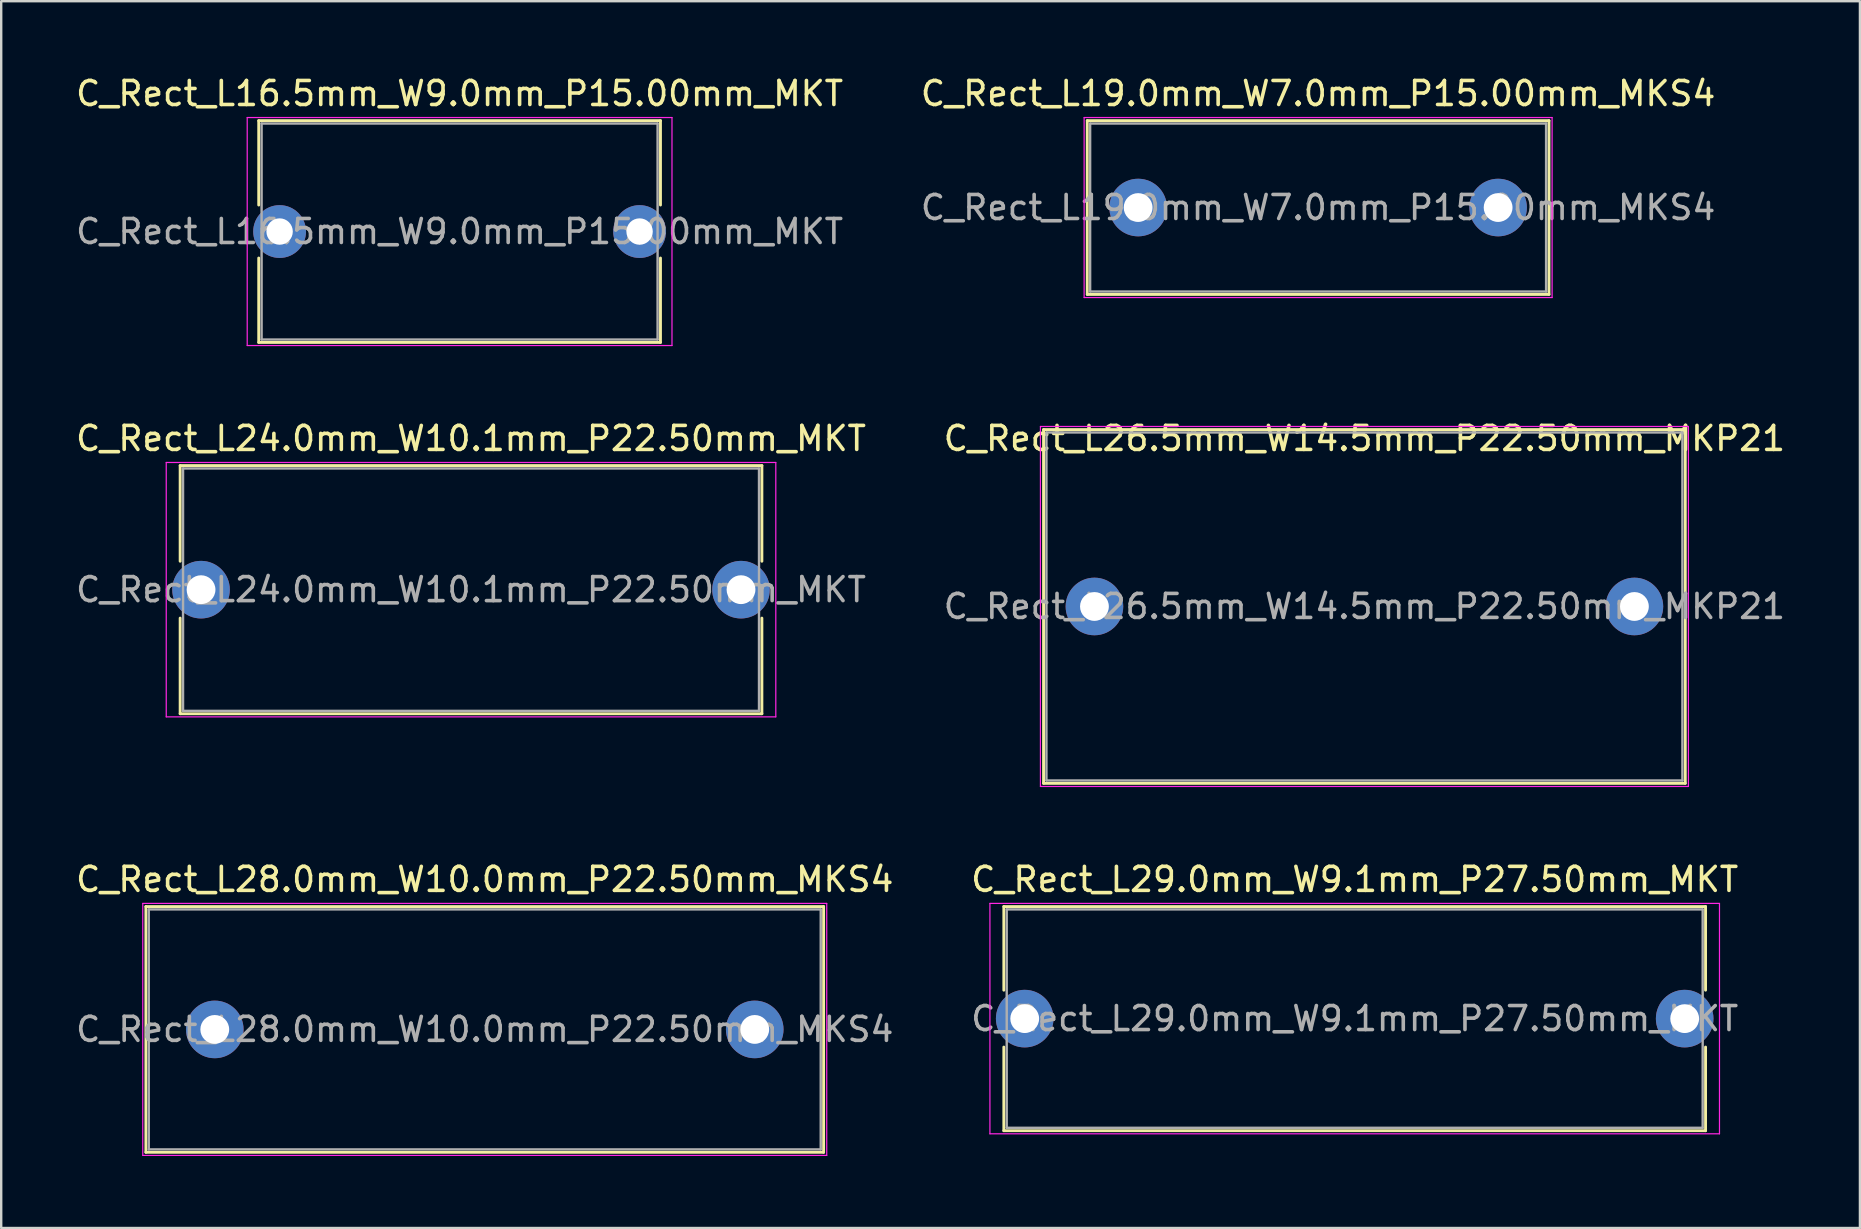
<source format=kicad_pcb>
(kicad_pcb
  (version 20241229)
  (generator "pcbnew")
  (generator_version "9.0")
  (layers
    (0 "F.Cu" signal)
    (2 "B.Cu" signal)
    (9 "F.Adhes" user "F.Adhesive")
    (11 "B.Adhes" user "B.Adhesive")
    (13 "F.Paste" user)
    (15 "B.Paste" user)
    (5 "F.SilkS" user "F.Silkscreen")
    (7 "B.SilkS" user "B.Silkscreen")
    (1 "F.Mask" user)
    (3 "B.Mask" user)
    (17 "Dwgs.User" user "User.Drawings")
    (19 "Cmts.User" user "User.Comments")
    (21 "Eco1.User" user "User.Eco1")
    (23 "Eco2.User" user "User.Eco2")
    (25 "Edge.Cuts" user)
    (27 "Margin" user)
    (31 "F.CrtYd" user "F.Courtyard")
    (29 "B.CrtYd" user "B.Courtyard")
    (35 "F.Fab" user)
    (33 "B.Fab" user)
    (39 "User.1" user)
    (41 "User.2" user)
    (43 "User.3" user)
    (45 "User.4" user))
  (footprint "C_Rect_L24.0mm_W10.1mm_P22.50mm_MKT"
    (layer "F.Cu")
    (at 5.327 21.521)
    (property "Reference" "C_Rect_L24.0mm_W10.1mm_P22.50mm_MKT" (at 11.25 -6.3 0) (layer "F.SilkS") (effects (font (size 1 1) (thickness 0.15))))
    (attr through_hole)
    (fp_line (start -0.87 -5.17) (end -0.87 -1.185) (stroke (width 0.12) (type solid)) (layer "F.SilkS"))
    (fp_line (start -0.87 -5.17) (end 23.37 -5.17) (stroke (width 0.12) (type solid)) (layer "F.SilkS"))
    (fp_line (start -0.87 1.185) (end -0.87 5.17) (stroke (width 0.12) (type solid)) (layer "F.SilkS"))
    (fp_line (start -0.87 5.17) (end 23.37 5.17) (stroke (width 0.12) (type solid)) (layer "F.SilkS"))
    (fp_line (start 23.37 -5.17) (end 23.37 -1.185) (stroke (width 0.12) (type solid)) (layer "F.SilkS"))
    (fp_line (start 23.37 1.185) (end 23.37 5.17) (stroke (width 0.12) (type solid)) (layer "F.SilkS"))
    (fp_line (start -1.45 -5.3) (end -1.45 5.3) (stroke (width 0.05) (type solid)) (layer "F.CrtYd"))
    (fp_line (start -1.45 5.3) (end 23.95 5.3) (stroke (width 0.05) (type solid)) (layer "F.CrtYd"))
    (fp_line (start 23.95 -5.3) (end -1.45 -5.3) (stroke (width 0.05) (type solid)) (layer "F.CrtYd"))
    (fp_line (start 23.95 5.3) (end 23.95 -5.3) (stroke (width 0.05) (type solid)) (layer "F.CrtYd"))
    (fp_line (start -0.75 -5.05) (end -0.75 5.05) (stroke (width 0.1) (type solid)) (layer "F.Fab"))
    (fp_line (start -0.75 5.05) (end 23.25 5.05) (stroke (width 0.1) (type solid)) (layer "F.Fab"))
    (fp_line (start 23.25 -5.05) (end -0.75 -5.05) (stroke (width 0.1) (type solid)) (layer "F.Fab"))
    (fp_line (start 23.25 5.05) (end 23.25 -5.05) (stroke (width 0.1) (type solid)) (layer "F.Fab"))
    (fp_text user "${REFERENCE}" (at 11.25 0 0) (layer "F.Fab") (effects (font (size 1 1) (thickness 0.15))))
    (pad "1" thru_hole circle (at 0 0) (size 2.4 2.4) (drill 1.2) (layers "*.Cu" "*.Mask"))
    (pad "2" thru_hole circle (at 22.5 0) (size 2.4 2.4) (drill 1.2) (layers "*.Cu" "*.Mask")))
  (footprint "C_Rect_L26.5mm_W14.5mm_P22.50mm_MKP21"
    (layer "F.Cu")
    (at 42.554 22.221)
    (property "Reference" "C_Rect_L26.5mm_W14.5mm_P22.50mm_MKP21" (at 11.25 -7 0) (layer "F.SilkS") (effects (font (size 1 1) (thickness 0.15))))
    (attr through_hole)
    (fp_line (start -2.12 -7.37) (end -2.12 7.37) (stroke (width 0.12) (type solid)) (layer "F.SilkS"))
    (fp_line (start -2.12 -7.37) (end 24.62 -7.37) (stroke (width 0.12) (type solid)) (layer "F.SilkS"))
    (fp_line (start -2.12 7.37) (end 24.62 7.37) (stroke (width 0.12) (type solid)) (layer "F.SilkS"))
    (fp_line (start 24.62 -7.37) (end 24.62 7.37) (stroke (width 0.12) (type solid)) (layer "F.SilkS"))
    (fp_line (start -2.25 -7.5) (end -2.25 7.5) (stroke (width 0.05) (type solid)) (layer "F.CrtYd"))
    (fp_line (start -2.25 7.5) (end 24.75 7.5) (stroke (width 0.05) (type solid)) (layer "F.CrtYd"))
    (fp_line (start 24.75 -7.5) (end -2.25 -7.5) (stroke (width 0.05) (type solid)) (layer "F.CrtYd"))
    (fp_line (start 24.75 7.5) (end 24.75 -7.5) (stroke (width 0.05) (type solid)) (layer "F.CrtYd"))
    (fp_line (start -2 -7.25) (end -2 7.25) (stroke (width 0.1) (type solid)) (layer "F.Fab"))
    (fp_line (start -2 7.25) (end 24.5 7.25) (stroke (width 0.1) (type solid)) (layer "F.Fab"))
    (fp_line (start 24.5 -7.25) (end -2 -7.25) (stroke (width 0.1) (type solid)) (layer "F.Fab"))
    (fp_line (start 24.5 7.25) (end 24.5 -7.25) (stroke (width 0.1) (type solid)) (layer "F.Fab"))
    (fp_text user "${REFERENCE}" (at 11.25 0 0) (layer "F.Fab") (effects (font (size 1 1) (thickness 0.15))))
    (pad "1" thru_hole circle (at 0 0) (size 2.4 2.4) (drill 1.2) (layers "*.Cu" "*.Mask"))
    (pad "2" thru_hole circle (at 22.5 0) (size 2.4 2.4) (drill 1.2) (layers "*.Cu" "*.Mask")))
  (footprint "C_Rect_L19.0mm_W7.0mm_P15.00mm_MKS4"
    (layer "F.Cu")
    (at 44.375 5.598)
    (property "Reference" "C_Rect_L19.0mm_W7.0mm_P15.00mm_MKS4" (at 7.5 -4.75 0) (layer "F.SilkS") (effects (font (size 1 1) (thickness 0.15))))
    (attr through_hole)
    (fp_line (start -2.12 -3.62) (end -2.12 3.62) (stroke (width 0.12) (type solid)) (layer "F.SilkS"))
    (fp_line (start -2.12 -3.62) (end 17.12 -3.62) (stroke (width 0.12) (type solid)) (layer "F.SilkS"))
    (fp_line (start -2.12 3.62) (end 17.12 3.62) (stroke (width 0.12) (type solid)) (layer "F.SilkS"))
    (fp_line (start 17.12 -3.62) (end 17.12 3.62) (stroke (width 0.12) (type solid)) (layer "F.SilkS"))
    (fp_line (start -2.25 -3.75) (end -2.25 3.75) (stroke (width 0.05) (type solid)) (layer "F.CrtYd"))
    (fp_line (start -2.25 3.75) (end 17.25 3.75) (stroke (width 0.05) (type solid)) (layer "F.CrtYd"))
    (fp_line (start 17.25 -3.75) (end -2.25 -3.75) (stroke (width 0.05) (type solid)) (layer "F.CrtYd"))
    (fp_line (start 17.25 3.75) (end 17.25 -3.75) (stroke (width 0.05) (type solid)) (layer "F.CrtYd"))
    (fp_line (start -2 -3.5) (end -2 3.5) (stroke (width 0.1) (type solid)) (layer "F.Fab"))
    (fp_line (start -2 3.5) (end 17 3.5) (stroke (width 0.1) (type solid)) (layer "F.Fab"))
    (fp_line (start 17 -3.5) (end -2 -3.5) (stroke (width 0.1) (type solid)) (layer "F.Fab"))
    (fp_line (start 17 3.5) (end 17 -3.5) (stroke (width 0.1) (type solid)) (layer "F.Fab"))
    (fp_text user "${REFERENCE}" (at 7.5 0 0) (layer "F.Fab") (effects (font (size 1 1) (thickness 0.15))))
    (pad "1" thru_hole circle (at 0 0) (size 2.4 2.4) (drill 1.2) (layers "*.Cu" "*.Mask"))
    (pad "2" thru_hole circle (at 15 0) (size 2.4 2.4) (drill 1.2) (layers "*.Cu" "*.Mask")))
  (footprint "C_Rect_L16.5mm_W9.0mm_P15.00mm_MKT"
    (layer "F.Cu")
    (at 8.601 6.598)
    (property "Reference" "C_Rect_L16.5mm_W9.0mm_P15.00mm_MKT" (at 7.5 -5.75 0) (layer "F.SilkS") (effects (font (size 1 1) (thickness 0.15))))
    (attr through_hole)
    (fp_line (start -0.87 -4.62) (end -0.87 -1.104) (stroke (width 0.12) (type solid)) (layer "F.SilkS"))
    (fp_line (start -0.87 -4.62) (end 15.87 -4.62) (stroke (width 0.12) (type solid)) (layer "F.SilkS"))
    (fp_line (start -0.87 1.104) (end -0.87 4.62) (stroke (width 0.12) (type solid)) (layer "F.SilkS"))
    (fp_line (start -0.87 4.62) (end 15.87 4.62) (stroke (width 0.12) (type solid)) (layer "F.SilkS"))
    (fp_line (start 15.87 -4.62) (end 15.87 -1.104) (stroke (width 0.12) (type solid)) (layer "F.SilkS"))
    (fp_line (start 15.87 1.104) (end 15.87 4.62) (stroke (width 0.12) (type solid)) (layer "F.SilkS"))
    (fp_line (start -1.35 -4.75) (end -1.35 4.75) (stroke (width 0.05) (type solid)) (layer "F.CrtYd"))
    (fp_line (start -1.35 4.75) (end 16.35 4.75) (stroke (width 0.05) (type solid)) (layer "F.CrtYd"))
    (fp_line (start 16.35 -4.75) (end -1.35 -4.75) (stroke (width 0.05) (type solid)) (layer "F.CrtYd"))
    (fp_line (start 16.35 4.75) (end 16.35 -4.75) (stroke (width 0.05) (type solid)) (layer "F.CrtYd"))
    (fp_line (start -0.75 -4.5) (end -0.75 4.5) (stroke (width 0.1) (type solid)) (layer "F.Fab"))
    (fp_line (start -0.75 4.5) (end 15.75 4.5) (stroke (width 0.1) (type solid)) (layer "F.Fab"))
    (fp_line (start 15.75 -4.5) (end -0.75 -4.5) (stroke (width 0.1) (type solid)) (layer "F.Fab"))
    (fp_line (start 15.75 4.5) (end 15.75 -4.5) (stroke (width 0.1) (type solid)) (layer "F.Fab"))
    (fp_text user "${REFERENCE}" (at 7.5 0 0) (layer "F.Fab") (effects (font (size 1 1) (thickness 0.15))))
    (pad "1" thru_hole circle (at 0 0) (size 2.2 2.2) (drill 1.1) (layers "*.Cu" "*.Mask"))
    (pad "2" thru_hole circle (at 15 0) (size 2.2 2.2) (drill 1.1) (layers "*.Cu" "*.Mask")))
  (footprint "C_Rect_L29.0mm_W9.1mm_P27.50mm_MKT"
    (layer "F.Cu")
    (at 39.649 39.395)
    (property "Reference" "C_Rect_L29.0mm_W9.1mm_P27.50mm_MKT" (at 13.75 -5.8 0) (layer "F.SilkS") (effects (font (size 1 1) (thickness 0.15))))
    (attr through_hole)
    (fp_line (start -0.87 -4.67) (end -0.87 -1.185) (stroke (width 0.12) (type solid)) (layer "F.SilkS"))
    (fp_line (start -0.87 -4.67) (end 28.37 -4.67) (stroke (width 0.12) (type solid)) (layer "F.SilkS"))
    (fp_line (start -0.87 1.185) (end -0.87 4.67) (stroke (width 0.12) (type solid)) (layer "F.SilkS"))
    (fp_line (start -0.87 4.67) (end 28.37 4.67) (stroke (width 0.12) (type solid)) (layer "F.SilkS"))
    (fp_line (start 28.37 -4.67) (end 28.37 -1.185) (stroke (width 0.12) (type solid)) (layer "F.SilkS"))
    (fp_line (start 28.37 1.185) (end 28.37 4.67) (stroke (width 0.12) (type solid)) (layer "F.SilkS"))
    (fp_line (start -1.45 -4.8) (end -1.45 4.8) (stroke (width 0.05) (type solid)) (layer "F.CrtYd"))
    (fp_line (start -1.45 4.8) (end 28.95 4.8) (stroke (width 0.05) (type solid)) (layer "F.CrtYd"))
    (fp_line (start 28.95 -4.8) (end -1.45 -4.8) (stroke (width 0.05) (type solid)) (layer "F.CrtYd"))
    (fp_line (start 28.95 4.8) (end 28.95 -4.8) (stroke (width 0.05) (type solid)) (layer "F.CrtYd"))
    (fp_line (start -0.75 -4.55) (end -0.75 4.55) (stroke (width 0.1) (type solid)) (layer "F.Fab"))
    (fp_line (start -0.75 4.55) (end 28.25 4.55) (stroke (width 0.1) (type solid)) (layer "F.Fab"))
    (fp_line (start 28.25 -4.55) (end -0.75 -4.55) (stroke (width 0.1) (type solid)) (layer "F.Fab"))
    (fp_line (start 28.25 4.55) (end 28.25 -4.55) (stroke (width 0.1) (type solid)) (layer "F.Fab"))
    (fp_text user "${REFERENCE}" (at 13.75 0 0) (layer "F.Fab") (effects (font (size 1 1) (thickness 0.15))))
    (pad "1" thru_hole circle (at 0 0) (size 2.4 2.4) (drill 1.2) (layers "*.Cu" "*.Mask"))
    (pad "2" thru_hole circle (at 27.5 0) (size 2.4 2.4) (drill 1.2) (layers "*.Cu" "*.Mask")))
  (footprint "C_Rect_L28.0mm_W10.0mm_P22.50mm_MKS4"
    (layer "F.Cu")
    (at 5.899 39.845)
    (property "Reference" "C_Rect_L28.0mm_W10.0mm_P22.50mm_MKS4" (at 11.25 -6.25 0) (layer "F.SilkS") (effects (font (size 1 1) (thickness 0.15))))
    (attr through_hole)
    (fp_line (start -2.87 -5.12) (end -2.87 5.12) (stroke (width 0.12) (type solid)) (layer "F.SilkS"))
    (fp_line (start -2.87 -5.12) (end 25.37 -5.12) (stroke (width 0.12) (type solid)) (layer "F.SilkS"))
    (fp_line (start -2.87 5.12) (end 25.37 5.12) (stroke (width 0.12) (type solid)) (layer "F.SilkS"))
    (fp_line (start 25.37 -5.12) (end 25.37 5.12) (stroke (width 0.12) (type solid)) (layer "F.SilkS"))
    (fp_line (start -3 -5.25) (end -3 5.25) (stroke (width 0.05) (type solid)) (layer "F.CrtYd"))
    (fp_line (start -3 5.25) (end 25.5 5.25) (stroke (width 0.05) (type solid)) (layer "F.CrtYd"))
    (fp_line (start 25.5 -5.25) (end -3 -5.25) (stroke (width 0.05) (type solid)) (layer "F.CrtYd"))
    (fp_line (start 25.5 5.25) (end 25.5 -5.25) (stroke (width 0.05) (type solid)) (layer "F.CrtYd"))
    (fp_line (start -2.75 -5) (end -2.75 5) (stroke (width 0.1) (type solid)) (layer "F.Fab"))
    (fp_line (start -2.75 5) (end 25.25 5) (stroke (width 0.1) (type solid)) (layer "F.Fab"))
    (fp_line (start 25.25 -5) (end -2.75 -5) (stroke (width 0.1) (type solid)) (layer "F.Fab"))
    (fp_line (start 25.25 5) (end 25.25 -5) (stroke (width 0.1) (type solid)) (layer "F.Fab"))
    (fp_text user "${REFERENCE}" (at 11.25 0 0) (layer "F.Fab") (effects (font (size 1 1) (thickness 0.15))))
    (pad "1" thru_hole circle (at 0 0) (size 2.4 2.4) (drill 1.2) (layers "*.Cu" "*.Mask"))
    (pad "2" thru_hole circle (at 22.5 0) (size 2.4 2.4) (drill 1.2) (layers "*.Cu" "*.Mask")))
  (gr_rect
    (start -3 -3)
    (end 74.452 48.12)
    (stroke (width 0.1) (type default))
    (fill no)
    (layer "Edge.Cuts")))
</source>
